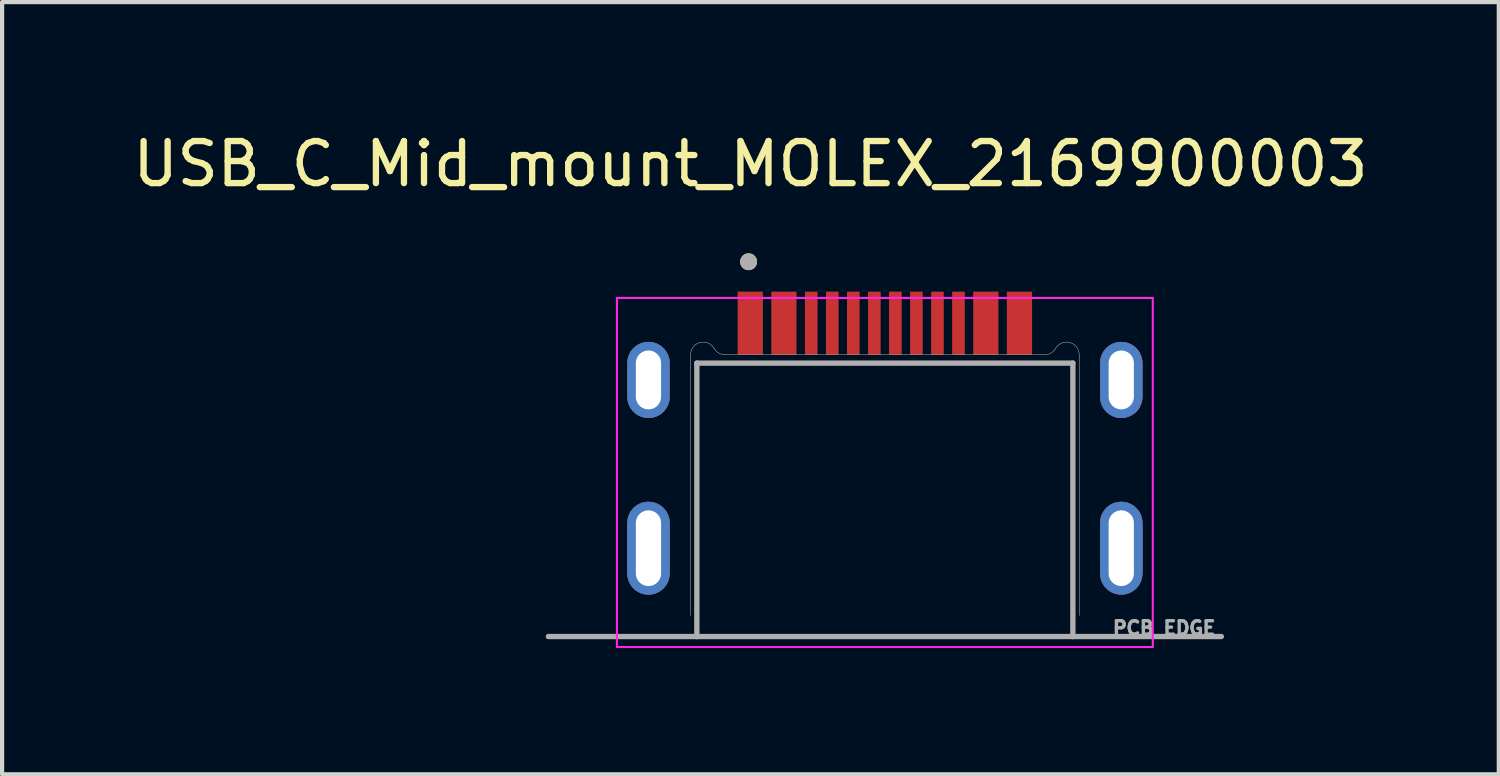
<source format=kicad_pcb>
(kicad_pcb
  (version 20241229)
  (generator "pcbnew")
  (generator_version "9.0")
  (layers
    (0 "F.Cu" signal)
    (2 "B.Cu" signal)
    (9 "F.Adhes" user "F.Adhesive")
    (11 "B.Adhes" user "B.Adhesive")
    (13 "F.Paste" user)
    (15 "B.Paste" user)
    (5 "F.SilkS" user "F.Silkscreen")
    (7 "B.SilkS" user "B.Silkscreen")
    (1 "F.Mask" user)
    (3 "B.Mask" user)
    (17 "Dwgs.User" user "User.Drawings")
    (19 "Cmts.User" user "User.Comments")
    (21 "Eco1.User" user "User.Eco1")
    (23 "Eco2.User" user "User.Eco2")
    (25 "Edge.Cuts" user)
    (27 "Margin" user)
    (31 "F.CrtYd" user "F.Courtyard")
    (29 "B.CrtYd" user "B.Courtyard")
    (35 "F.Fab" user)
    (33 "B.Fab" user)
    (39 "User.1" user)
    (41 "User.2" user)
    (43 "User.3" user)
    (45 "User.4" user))
  (footprint "USB_C_Mid_mount_MOLEX_2169900003"
    (layer "F.Cu")
    (at 17.987 9.983)
    (property "Reference" "USB_C_Mid_mount_MOLEX_2169900003" (at -3.195 -9.135 0) (layer "F.SilkS") (effects (font (size 1 1) (thickness 0.15))))
    (attr smd)
    (fp_poly (pts (xy -6.12 -0.6) (xy -6.12 0.6) (xy -6.117 0.652) (xy -6.109 0.704) (xy -6.096 0.755) (xy -6.077 0.803) (xy -6.053 0.85) (xy -6.025 0.894) (xy -5.992 0.935) (xy -5.955 0.972) (xy -5.914 1.005) (xy -5.87 1.033) (xy -5.823 1.057) (xy -5.775 1.076) (xy -5.724 1.089) (xy -5.672 1.097) (xy -5.62 1.1) (xy -5.568 1.097) (xy -5.516 1.089) (xy -5.465 1.076) (xy -5.417 1.057) (xy -5.37 1.033) (xy -5.326 1.005) (xy -5.285 0.972) (xy -5.248 0.935) (xy -5.215 0.894) (xy -5.187 0.85) (xy -5.163 0.803) (xy -5.144 0.755) (xy -5.131 0.704) (xy -5.123 0.652) (xy -5.12 0.6) (xy -5.12 -0.6) (xy -5.123 -0.652) (xy -5.131 -0.704) (xy -5.144 -0.755) (xy -5.163 -0.803) (xy -5.187 -0.85) (xy -5.215 -0.894) (xy -5.248 -0.935) (xy -5.285 -0.972) (xy -5.326 -1.005) (xy -5.37 -1.033) (xy -5.417 -1.057) (xy -5.465 -1.076) (xy -5.516 -1.089) (xy -5.568 -1.097) (xy -5.62 -1.1) (xy -5.672 -1.097) (xy -5.724 -1.089) (xy -5.775 -1.076) (xy -5.823 -1.057) (xy -5.87 -1.033) (xy -5.914 -1.005) (xy -5.955 -0.972) (xy -5.992 -0.935) (xy -6.025 -0.894) (xy -6.053 -0.85) (xy -6.077 -0.803) (xy -6.096 -0.755) (xy -6.109 -0.704) (xy -6.117 -0.652) (xy -6.12 -0.6)) (stroke (width 0.01) (type solid)) (fill yes) (layer "F.Cu"))
    (fp_poly (pts (xy -5.12 -3.6) (xy -5.123 -3.548) (xy -5.131 -3.496) (xy -5.144 -3.445) (xy -5.163 -3.397) (xy -5.187 -3.35) (xy -5.215 -3.306) (xy -5.248 -3.265) (xy -5.285 -3.228) (xy -5.326 -3.195) (xy -5.37 -3.167) (xy -5.417 -3.143) (xy -5.465 -3.124) (xy -5.516 -3.111) (xy -5.568 -3.103) (xy -5.62 -3.1) (xy -5.672 -3.103) (xy -5.724 -3.111) (xy -5.775 -3.124) (xy -5.823 -3.143) (xy -5.87 -3.167) (xy -5.914 -3.195) (xy -5.955 -3.228) (xy -5.992 -3.265) (xy -6.025 -3.306) (xy -6.053 -3.35) (xy -6.077 -3.397) (xy -6.096 -3.445) (xy -6.109 -3.496) (xy -6.117 -3.548) (xy -6.12 -3.6) (xy -6.12 -4.4) (xy -6.117 -4.452) (xy -6.109 -4.504) (xy -6.096 -4.555) (xy -6.077 -4.603) (xy -6.053 -4.65) (xy -6.025 -4.694) (xy -5.992 -4.735) (xy -5.955 -4.772) (xy -5.914 -4.805) (xy -5.87 -4.833) (xy -5.823 -4.857) (xy -5.775 -4.876) (xy -5.724 -4.889) (xy -5.672 -4.897) (xy -5.62 -4.9) (xy -5.568 -4.897) (xy -5.516 -4.889) (xy -5.465 -4.876) (xy -5.417 -4.857) (xy -5.37 -4.833) (xy -5.326 -4.805) (xy -5.285 -4.772) (xy -5.248 -4.735) (xy -5.215 -4.694) (xy -5.187 -4.65) (xy -5.163 -4.603) (xy -5.144 -4.555) (xy -5.131 -4.504) (xy -5.123 -4.452) (xy -5.12 -4.4) (xy -5.12 -3.6)) (stroke (width 0.01) (type solid)) (fill yes) (layer "F.Cu"))
    (fp_poly (pts (xy 5.12 -4.4) (xy 5.12 -3.6) (xy 5.123 -3.548) (xy 5.131 -3.496) (xy 5.144 -3.445) (xy 5.163 -3.397) (xy 5.187 -3.35) (xy 5.215 -3.306) (xy 5.248 -3.265) (xy 5.285 -3.228) (xy 5.326 -3.195) (xy 5.37 -3.167) (xy 5.417 -3.143) (xy 5.465 -3.124) (xy 5.516 -3.111) (xy 5.568 -3.103) (xy 5.62 -3.1) (xy 5.672 -3.103) (xy 5.724 -3.111) (xy 5.775 -3.124) (xy 5.823 -3.143) (xy 5.87 -3.167) (xy 5.914 -3.195) (xy 5.955 -3.228) (xy 5.992 -3.265) (xy 6.025 -3.306) (xy 6.053 -3.35) (xy 6.077 -3.397) (xy 6.096 -3.445) (xy 6.109 -3.496) (xy 6.117 -3.548) (xy 6.12 -3.6) (xy 6.12 -4.4) (xy 6.117 -4.452) (xy 6.109 -4.504) (xy 6.096 -4.555) (xy 6.077 -4.603) (xy 6.053 -4.65) (xy 6.025 -4.694) (xy 5.992 -4.735) (xy 5.955 -4.772) (xy 5.914 -4.805) (xy 5.87 -4.833) (xy 5.823 -4.857) (xy 5.775 -4.876) (xy 5.724 -4.889) (xy 5.672 -4.897) (xy 5.62 -4.9) (xy 5.568 -4.897) (xy 5.516 -4.889) (xy 5.465 -4.876) (xy 5.417 -4.857) (xy 5.37 -4.833) (xy 5.326 -4.805) (xy 5.285 -4.772) (xy 5.248 -4.735) (xy 5.215 -4.694) (xy 5.187 -4.65) (xy 5.163 -4.603) (xy 5.144 -4.555) (xy 5.131 -4.504) (xy 5.123 -4.452) (xy 5.12 -4.4)) (stroke (width 0.01) (type solid)) (fill yes) (layer "F.Cu"))
    (fp_poly (pts (xy 5.12 -0.6) (xy 5.12 0.6) (xy 5.123 0.652) (xy 5.131 0.704) (xy 5.144 0.755) (xy 5.163 0.803) (xy 5.187 0.85) (xy 5.215 0.894) (xy 5.248 0.935) (xy 5.285 0.972) (xy 5.326 1.005) (xy 5.37 1.033) (xy 5.417 1.057) (xy 5.465 1.076) (xy 5.516 1.089) (xy 5.568 1.097) (xy 5.62 1.1) (xy 5.672 1.097) (xy 5.724 1.089) (xy 5.775 1.076) (xy 5.823 1.057) (xy 5.87 1.033) (xy 5.914 1.005) (xy 5.955 0.972) (xy 5.992 0.935) (xy 6.025 0.894) (xy 6.053 0.85) (xy 6.077 0.803) (xy 6.096 0.755) (xy 6.109 0.704) (xy 6.117 0.652) (xy 6.12 0.6) (xy 6.12 -0.6) (xy 6.117 -0.652) (xy 6.109 -0.704) (xy 6.096 -0.755) (xy 6.077 -0.803) (xy 6.053 -0.85) (xy 6.025 -0.894) (xy 5.992 -0.935) (xy 5.955 -0.972) (xy 5.914 -1.005) (xy 5.87 -1.033) (xy 5.823 -1.057) (xy 5.775 -1.076) (xy 5.724 -1.089) (xy 5.672 -1.097) (xy 5.62 -1.1) (xy 5.568 -1.097) (xy 5.516 -1.089) (xy 5.465 -1.076) (xy 5.417 -1.057) (xy 5.37 -1.033) (xy 5.326 -1.005) (xy 5.285 -0.972) (xy 5.248 -0.935) (xy 5.215 -0.894) (xy 5.187 -0.85) (xy 5.163 -0.803) (xy 5.144 -0.755) (xy 5.131 -0.704) (xy 5.123 -0.652) (xy 5.12 -0.6)) (stroke (width 0.01) (type solid)) (fill yes) (layer "F.Cu"))
    (fp_poly (pts (xy -6.22 -4.4) (xy -6.22 -3.6) (xy -6.217 -3.537) (xy -6.207 -3.475) (xy -6.191 -3.415) (xy -6.168 -3.356) (xy -6.14 -3.3) (xy -6.105 -3.247) (xy -6.066 -3.199) (xy -6.021 -3.154) (xy -5.973 -3.115) (xy -5.92 -3.08) (xy -5.864 -3.052) (xy -5.805 -3.029) (xy -5.745 -3.013) (xy -5.683 -3.003) (xy -5.62 -3) (xy -5.557 -3.003) (xy -5.495 -3.013) (xy -5.435 -3.029) (xy -5.376 -3.052) (xy -5.32 -3.08) (xy -5.267 -3.115) (xy -5.219 -3.154) (xy -5.174 -3.199) (xy -5.135 -3.247) (xy -5.1 -3.3) (xy -5.072 -3.356) (xy -5.049 -3.415) (xy -5.033 -3.475) (xy -5.023 -3.537) (xy -5.02 -3.6) (xy -5.02 -4.4) (xy -5.023 -4.463) (xy -5.033 -4.525) (xy -5.049 -4.585) (xy -5.072 -4.644) (xy -5.1 -4.7) (xy -5.135 -4.753) (xy -5.174 -4.801) (xy -5.219 -4.846) (xy -5.267 -4.885) (xy -5.32 -4.92) (xy -5.376 -4.948) (xy -5.435 -4.971) (xy -5.495 -4.987) (xy -5.557 -4.997) (xy -5.62 -5) (xy -5.683 -4.997) (xy -5.745 -4.987) (xy -5.805 -4.971) (xy -5.864 -4.948) (xy -5.92 -4.92) (xy -5.973 -4.885) (xy -6.021 -4.846) (xy -6.066 -4.801) (xy -6.105 -4.753) (xy -6.14 -4.7) (xy -6.168 -4.644) (xy -6.191 -4.585) (xy -6.207 -4.525) (xy -6.217 -4.463) (xy -6.22 -4.4)) (stroke (width 0.01) (type solid)) (fill yes) (layer "F.Mask"))
    (fp_poly (pts (xy -5.02 0.6) (xy -5.023 0.663) (xy -5.033 0.725) (xy -5.049 0.785) (xy -5.072 0.844) (xy -5.1 0.9) (xy -5.135 0.953) (xy -5.174 1.001) (xy -5.219 1.046) (xy -5.267 1.085) (xy -5.32 1.12) (xy -5.376 1.148) (xy -5.435 1.171) (xy -5.495 1.187) (xy -5.557 1.197) (xy -5.62 1.2) (xy -5.683 1.197) (xy -5.745 1.187) (xy -5.805 1.171) (xy -5.864 1.148) (xy -5.92 1.12) (xy -5.973 1.085) (xy -6.021 1.046) (xy -6.066 1.001) (xy -6.105 0.953) (xy -6.14 0.9) (xy -6.168 0.844) (xy -6.191 0.785) (xy -6.207 0.725) (xy -6.217 0.663) (xy -6.22 0.6) (xy -6.22 -0.6) (xy -6.217 -0.663) (xy -6.207 -0.725) (xy -6.191 -0.785) (xy -6.168 -0.844) (xy -6.14 -0.9) (xy -6.105 -0.953) (xy -6.066 -1.001) (xy -6.021 -1.046) (xy -5.973 -1.085) (xy -5.92 -1.12) (xy -5.864 -1.148) (xy -5.805 -1.171) (xy -5.745 -1.187) (xy -5.683 -1.197) (xy -5.62 -1.2) (xy -5.557 -1.197) (xy -5.495 -1.187) (xy -5.435 -1.171) (xy -5.376 -1.148) (xy -5.32 -1.12) (xy -5.267 -1.085) (xy -5.219 -1.046) (xy -5.174 -1.001) (xy -5.135 -0.953) (xy -5.1 -0.9) (xy -5.072 -0.844) (xy -5.049 -0.785) (xy -5.033 -0.725) (xy -5.023 -0.663) (xy -5.02 -0.6) (xy -5.02 0.6)) (stroke (width 0.01) (type solid)) (fill yes) (layer "F.Mask"))
    (fp_poly (pts (xy 5.02 -0.6) (xy 5.02 0.6) (xy 5.023 0.663) (xy 5.033 0.725) (xy 5.049 0.785) (xy 5.072 0.844) (xy 5.1 0.9) (xy 5.135 0.953) (xy 5.174 1.001) (xy 5.219 1.046) (xy 5.267 1.085) (xy 5.32 1.12) (xy 5.376 1.148) (xy 5.435 1.171) (xy 5.495 1.187) (xy 5.557 1.197) (xy 5.62 1.2) (xy 5.683 1.197) (xy 5.745 1.187) (xy 5.805 1.171) (xy 5.864 1.148) (xy 5.92 1.12) (xy 5.973 1.085) (xy 6.021 1.046) (xy 6.066 1.001) (xy 6.105 0.953) (xy 6.14 0.9) (xy 6.168 0.844) (xy 6.191 0.785) (xy 6.207 0.725) (xy 6.217 0.663) (xy 6.22 0.6) (xy 6.22 -0.6) (xy 6.217 -0.663) (xy 6.207 -0.725) (xy 6.191 -0.785) (xy 6.168 -0.844) (xy 6.14 -0.9) (xy 6.105 -0.953) (xy 6.066 -1.001) (xy 6.021 -1.046) (xy 5.973 -1.085) (xy 5.92 -1.12) (xy 5.864 -1.148) (xy 5.805 -1.171) (xy 5.745 -1.187) (xy 5.683 -1.197) (xy 5.62 -1.2) (xy 5.557 -1.197) (xy 5.495 -1.187) (xy 5.435 -1.171) (xy 5.376 -1.148) (xy 5.32 -1.12) (xy 5.267 -1.085) (xy 5.219 -1.046) (xy 5.174 -1.001) (xy 5.135 -0.953) (xy 5.1 -0.9) (xy 5.072 -0.844) (xy 5.049 -0.785) (xy 5.033 -0.725) (xy 5.023 -0.663) (xy 5.02 -0.6)) (stroke (width 0.01) (type solid)) (fill yes) (layer "F.Mask"))
    (fp_poly (pts (xy 6.22 -3.6) (xy 6.217 -3.537) (xy 6.207 -3.475) (xy 6.191 -3.415) (xy 6.168 -3.356) (xy 6.14 -3.3) (xy 6.105 -3.247) (xy 6.066 -3.199) (xy 6.021 -3.154) (xy 5.973 -3.115) (xy 5.92 -3.08) (xy 5.864 -3.052) (xy 5.805 -3.029) (xy 5.745 -3.013) (xy 5.683 -3.003) (xy 5.62 -3) (xy 5.557 -3.003) (xy 5.495 -3.013) (xy 5.435 -3.029) (xy 5.376 -3.052) (xy 5.32 -3.08) (xy 5.267 -3.115) (xy 5.219 -3.154) (xy 5.174 -3.199) (xy 5.135 -3.247) (xy 5.1 -3.3) (xy 5.072 -3.356) (xy 5.049 -3.415) (xy 5.033 -3.475) (xy 5.023 -3.537) (xy 5.02 -3.6) (xy 5.02 -4.4) (xy 5.023 -4.463) (xy 5.033 -4.525) (xy 5.049 -4.585) (xy 5.072 -4.644) (xy 5.1 -4.7) (xy 5.135 -4.753) (xy 5.174 -4.801) (xy 5.219 -4.846) (xy 5.267 -4.885) (xy 5.32 -4.92) (xy 5.376 -4.948) (xy 5.435 -4.971) (xy 5.495 -4.987) (xy 5.557 -4.997) (xy 5.62 -5) (xy 5.683 -4.997) (xy 5.745 -4.987) (xy 5.805 -4.971) (xy 5.864 -4.948) (xy 5.92 -4.92) (xy 5.973 -4.885) (xy 6.021 -4.846) (xy 6.066 -4.801) (xy 6.105 -4.753) (xy 6.14 -4.7) (xy 6.168 -4.644) (xy 6.191 -4.585) (xy 6.207 -4.525) (xy 6.217 -4.463) (xy 6.22 -4.4) (xy 6.22 -3.6)) (stroke (width 0.01) (type solid)) (fill yes) (layer "F.Mask"))
    (fp_poly (pts (xy -6.12 -0.6) (xy -6.12 0.6) (xy -6.117 0.652) (xy -6.109 0.704) (xy -6.096 0.755) (xy -6.077 0.803) (xy -6.053 0.85) (xy -6.025 0.894) (xy -5.992 0.935) (xy -5.955 0.972) (xy -5.914 1.005) (xy -5.87 1.033) (xy -5.823 1.057) (xy -5.775 1.076) (xy -5.724 1.089) (xy -5.672 1.097) (xy -5.62 1.1) (xy -5.568 1.097) (xy -5.516 1.089) (xy -5.465 1.076) (xy -5.417 1.057) (xy -5.37 1.033) (xy -5.326 1.005) (xy -5.285 0.972) (xy -5.248 0.935) (xy -5.215 0.894) (xy -5.187 0.85) (xy -5.163 0.803) (xy -5.144 0.755) (xy -5.131 0.704) (xy -5.123 0.652) (xy -5.12 0.6) (xy -5.12 -0.6) (xy -5.123 -0.652) (xy -5.131 -0.704) (xy -5.144 -0.755) (xy -5.163 -0.803) (xy -5.187 -0.85) (xy -5.215 -0.894) (xy -5.248 -0.935) (xy -5.285 -0.972) (xy -5.326 -1.005) (xy -5.37 -1.033) (xy -5.417 -1.057) (xy -5.465 -1.076) (xy -5.516 -1.089) (xy -5.568 -1.097) (xy -5.62 -1.1) (xy -5.672 -1.097) (xy -5.724 -1.089) (xy -5.775 -1.076) (xy -5.823 -1.057) (xy -5.87 -1.033) (xy -5.914 -1.005) (xy -5.955 -0.972) (xy -5.992 -0.935) (xy -6.025 -0.894) (xy -6.053 -0.85) (xy -6.077 -0.803) (xy -6.096 -0.755) (xy -6.109 -0.704) (xy -6.117 -0.652) (xy -6.12 -0.6)) (stroke (width 0.01) (type solid)) (fill yes) (layer "B.Cu"))
    (fp_poly (pts (xy -5.12 -3.6) (xy -5.123 -3.548) (xy -5.131 -3.496) (xy -5.144 -3.445) (xy -5.163 -3.397) (xy -5.187 -3.35) (xy -5.215 -3.306) (xy -5.248 -3.265) (xy -5.285 -3.228) (xy -5.326 -3.195) (xy -5.37 -3.167) (xy -5.417 -3.143) (xy -5.465 -3.124) (xy -5.516 -3.111) (xy -5.568 -3.103) (xy -5.62 -3.1) (xy -5.672 -3.103) (xy -5.724 -3.111) (xy -5.775 -3.124) (xy -5.823 -3.143) (xy -5.87 -3.167) (xy -5.914 -3.195) (xy -5.955 -3.228) (xy -5.992 -3.265) (xy -6.025 -3.306) (xy -6.053 -3.35) (xy -6.077 -3.397) (xy -6.096 -3.445) (xy -6.109 -3.496) (xy -6.117 -3.548) (xy -6.12 -3.6) (xy -6.12 -4.4) (xy -6.117 -4.452) (xy -6.109 -4.504) (xy -6.096 -4.555) (xy -6.077 -4.603) (xy -6.053 -4.65) (xy -6.025 -4.694) (xy -5.992 -4.735) (xy -5.955 -4.772) (xy -5.914 -4.805) (xy -5.87 -4.833) (xy -5.823 -4.857) (xy -5.775 -4.876) (xy -5.724 -4.889) (xy -5.672 -4.897) (xy -5.62 -4.9) (xy -5.568 -4.897) (xy -5.516 -4.889) (xy -5.465 -4.876) (xy -5.417 -4.857) (xy -5.37 -4.833) (xy -5.326 -4.805) (xy -5.285 -4.772) (xy -5.248 -4.735) (xy -5.215 -4.694) (xy -5.187 -4.65) (xy -5.163 -4.603) (xy -5.144 -4.555) (xy -5.131 -4.504) (xy -5.123 -4.452) (xy -5.12 -4.4) (xy -5.12 -3.6)) (stroke (width 0.01) (type solid)) (fill yes) (layer "B.Cu"))
    (fp_poly (pts (xy 5.12 -4.4) (xy 5.12 -3.6) (xy 5.123 -3.548) (xy 5.131 -3.496) (xy 5.144 -3.445) (xy 5.163 -3.397) (xy 5.187 -3.35) (xy 5.215 -3.306) (xy 5.248 -3.265) (xy 5.285 -3.228) (xy 5.326 -3.195) (xy 5.37 -3.167) (xy 5.417 -3.143) (xy 5.465 -3.124) (xy 5.516 -3.111) (xy 5.568 -3.103) (xy 5.62 -3.1) (xy 5.672 -3.103) (xy 5.724 -3.111) (xy 5.775 -3.124) (xy 5.823 -3.143) (xy 5.87 -3.167) (xy 5.914 -3.195) (xy 5.955 -3.228) (xy 5.992 -3.265) (xy 6.025 -3.306) (xy 6.053 -3.35) (xy 6.077 -3.397) (xy 6.096 -3.445) (xy 6.109 -3.496) (xy 6.117 -3.548) (xy 6.12 -3.6) (xy 6.12 -4.4) (xy 6.117 -4.452) (xy 6.109 -4.504) (xy 6.096 -4.555) (xy 6.077 -4.603) (xy 6.053 -4.65) (xy 6.025 -4.694) (xy 5.992 -4.735) (xy 5.955 -4.772) (xy 5.914 -4.805) (xy 5.87 -4.833) (xy 5.823 -4.857) (xy 5.775 -4.876) (xy 5.724 -4.889) (xy 5.672 -4.897) (xy 5.62 -4.9) (xy 5.568 -4.897) (xy 5.516 -4.889) (xy 5.465 -4.876) (xy 5.417 -4.857) (xy 5.37 -4.833) (xy 5.326 -4.805) (xy 5.285 -4.772) (xy 5.248 -4.735) (xy 5.215 -4.694) (xy 5.187 -4.65) (xy 5.163 -4.603) (xy 5.144 -4.555) (xy 5.131 -4.504) (xy 5.123 -4.452) (xy 5.12 -4.4)) (stroke (width 0.01) (type solid)) (fill yes) (layer "B.Cu"))
    (fp_poly (pts (xy 5.12 -0.6) (xy 5.12 0.6) (xy 5.123 0.652) (xy 5.131 0.704) (xy 5.144 0.755) (xy 5.163 0.803) (xy 5.187 0.85) (xy 5.215 0.894) (xy 5.248 0.935) (xy 5.285 0.972) (xy 5.326 1.005) (xy 5.37 1.033) (xy 5.417 1.057) (xy 5.465 1.076) (xy 5.516 1.089) (xy 5.568 1.097) (xy 5.62 1.1) (xy 5.672 1.097) (xy 5.724 1.089) (xy 5.775 1.076) (xy 5.823 1.057) (xy 5.87 1.033) (xy 5.914 1.005) (xy 5.955 0.972) (xy 5.992 0.935) (xy 6.025 0.894) (xy 6.053 0.85) (xy 6.077 0.803) (xy 6.096 0.755) (xy 6.109 0.704) (xy 6.117 0.652) (xy 6.12 0.6) (xy 6.12 -0.6) (xy 6.117 -0.652) (xy 6.109 -0.704) (xy 6.096 -0.755) (xy 6.077 -0.803) (xy 6.053 -0.85) (xy 6.025 -0.894) (xy 5.992 -0.935) (xy 5.955 -0.972) (xy 5.914 -1.005) (xy 5.87 -1.033) (xy 5.823 -1.057) (xy 5.775 -1.076) (xy 5.724 -1.089) (xy 5.672 -1.097) (xy 5.62 -1.1) (xy 5.568 -1.097) (xy 5.516 -1.089) (xy 5.465 -1.076) (xy 5.417 -1.057) (xy 5.37 -1.033) (xy 5.326 -1.005) (xy 5.285 -0.972) (xy 5.248 -0.935) (xy 5.215 -0.894) (xy 5.187 -0.85) (xy 5.163 -0.803) (xy 5.144 -0.755) (xy 5.131 -0.704) (xy 5.123 -0.652) (xy 5.12 -0.6)) (stroke (width 0.01) (type solid)) (fill yes) (layer "B.Cu"))
    (fp_poly (pts (xy -6.22 -4.4) (xy -6.22 -3.6) (xy -6.217 -3.537) (xy -6.207 -3.475) (xy -6.191 -3.415) (xy -6.168 -3.356) (xy -6.14 -3.3) (xy -6.105 -3.247) (xy -6.066 -3.199) (xy -6.021 -3.154) (xy -5.973 -3.115) (xy -5.92 -3.08) (xy -5.864 -3.052) (xy -5.805 -3.029) (xy -5.745 -3.013) (xy -5.683 -3.003) (xy -5.62 -3) (xy -5.557 -3.003) (xy -5.495 -3.013) (xy -5.435 -3.029) (xy -5.376 -3.052) (xy -5.32 -3.08) (xy -5.267 -3.115) (xy -5.219 -3.154) (xy -5.174 -3.199) (xy -5.135 -3.247) (xy -5.1 -3.3) (xy -5.072 -3.356) (xy -5.049 -3.415) (xy -5.033 -3.475) (xy -5.023 -3.537) (xy -5.02 -3.6) (xy -5.02 -4.4) (xy -5.023 -4.463) (xy -5.033 -4.525) (xy -5.049 -4.585) (xy -5.072 -4.644) (xy -5.1 -4.7) (xy -5.135 -4.753) (xy -5.174 -4.801) (xy -5.219 -4.846) (xy -5.267 -4.885) (xy -5.32 -4.92) (xy -5.376 -4.948) (xy -5.435 -4.971) (xy -5.495 -4.987) (xy -5.557 -4.997) (xy -5.62 -5) (xy -5.683 -4.997) (xy -5.745 -4.987) (xy -5.805 -4.971) (xy -5.864 -4.948) (xy -5.92 -4.92) (xy -5.973 -4.885) (xy -6.021 -4.846) (xy -6.066 -4.801) (xy -6.105 -4.753) (xy -6.14 -4.7) (xy -6.168 -4.644) (xy -6.191 -4.585) (xy -6.207 -4.525) (xy -6.217 -4.463) (xy -6.22 -4.4)) (stroke (width 0.01) (type solid)) (fill yes) (layer "B.Mask"))
    (fp_poly (pts (xy -5.02 0.6) (xy -5.023 0.663) (xy -5.033 0.725) (xy -5.049 0.785) (xy -5.072 0.844) (xy -5.1 0.9) (xy -5.135 0.953) (xy -5.174 1.001) (xy -5.219 1.046) (xy -5.267 1.085) (xy -5.32 1.12) (xy -5.376 1.148) (xy -5.435 1.171) (xy -5.495 1.187) (xy -5.557 1.197) (xy -5.62 1.2) (xy -5.683 1.197) (xy -5.745 1.187) (xy -5.805 1.171) (xy -5.864 1.148) (xy -5.92 1.12) (xy -5.973 1.085) (xy -6.021 1.046) (xy -6.066 1.001) (xy -6.105 0.953) (xy -6.14 0.9) (xy -6.168 0.844) (xy -6.191 0.785) (xy -6.207 0.725) (xy -6.217 0.663) (xy -6.22 0.6) (xy -6.22 -0.6) (xy -6.217 -0.663) (xy -6.207 -0.725) (xy -6.191 -0.785) (xy -6.168 -0.844) (xy -6.14 -0.9) (xy -6.105 -0.953) (xy -6.066 -1.001) (xy -6.021 -1.046) (xy -5.973 -1.085) (xy -5.92 -1.12) (xy -5.864 -1.148) (xy -5.805 -1.171) (xy -5.745 -1.187) (xy -5.683 -1.197) (xy -5.62 -1.2) (xy -5.557 -1.197) (xy -5.495 -1.187) (xy -5.435 -1.171) (xy -5.376 -1.148) (xy -5.32 -1.12) (xy -5.267 -1.085) (xy -5.219 -1.046) (xy -5.174 -1.001) (xy -5.135 -0.953) (xy -5.1 -0.9) (xy -5.072 -0.844) (xy -5.049 -0.785) (xy -5.033 -0.725) (xy -5.023 -0.663) (xy -5.02 -0.6) (xy -5.02 0.6)) (stroke (width 0.01) (type solid)) (fill yes) (layer "B.Mask"))
    (fp_poly (pts (xy 5.02 -0.6) (xy 5.02 0.6) (xy 5.023 0.663) (xy 5.033 0.725) (xy 5.049 0.785) (xy 5.072 0.844) (xy 5.1 0.9) (xy 5.135 0.953) (xy 5.174 1.001) (xy 5.219 1.046) (xy 5.267 1.085) (xy 5.32 1.12) (xy 5.376 1.148) (xy 5.435 1.171) (xy 5.495 1.187) (xy 5.557 1.197) (xy 5.62 1.2) (xy 5.683 1.197) (xy 5.745 1.187) (xy 5.805 1.171) (xy 5.864 1.148) (xy 5.92 1.12) (xy 5.973 1.085) (xy 6.021 1.046) (xy 6.066 1.001) (xy 6.105 0.953) (xy 6.14 0.9) (xy 6.168 0.844) (xy 6.191 0.785) (xy 6.207 0.725) (xy 6.217 0.663) (xy 6.22 0.6) (xy 6.22 -0.6) (xy 6.217 -0.663) (xy 6.207 -0.725) (xy 6.191 -0.785) (xy 6.168 -0.844) (xy 6.14 -0.9) (xy 6.105 -0.953) (xy 6.066 -1.001) (xy 6.021 -1.046) (xy 5.973 -1.085) (xy 5.92 -1.12) (xy 5.864 -1.148) (xy 5.805 -1.171) (xy 5.745 -1.187) (xy 5.683 -1.197) (xy 5.62 -1.2) (xy 5.557 -1.197) (xy 5.495 -1.187) (xy 5.435 -1.171) (xy 5.376 -1.148) (xy 5.32 -1.12) (xy 5.267 -1.085) (xy 5.219 -1.046) (xy 5.174 -1.001) (xy 5.135 -0.953) (xy 5.1 -0.9) (xy 5.072 -0.844) (xy 5.049 -0.785) (xy 5.033 -0.725) (xy 5.023 -0.663) (xy 5.02 -0.6)) (stroke (width 0.01) (type solid)) (fill yes) (layer "B.Mask"))
    (fp_poly (pts (xy 6.22 -3.6) (xy 6.217 -3.537) (xy 6.207 -3.475) (xy 6.191 -3.415) (xy 6.168 -3.356) (xy 6.14 -3.3) (xy 6.105 -3.247) (xy 6.066 -3.199) (xy 6.021 -3.154) (xy 5.973 -3.115) (xy 5.92 -3.08) (xy 5.864 -3.052) (xy 5.805 -3.029) (xy 5.745 -3.013) (xy 5.683 -3.003) (xy 5.62 -3) (xy 5.557 -3.003) (xy 5.495 -3.013) (xy 5.435 -3.029) (xy 5.376 -3.052) (xy 5.32 -3.08) (xy 5.267 -3.115) (xy 5.219 -3.154) (xy 5.174 -3.199) (xy 5.135 -3.247) (xy 5.1 -3.3) (xy 5.072 -3.356) (xy 5.049 -3.415) (xy 5.033 -3.475) (xy 5.023 -3.537) (xy 5.02 -3.6) (xy 5.02 -4.4) (xy 5.023 -4.463) (xy 5.033 -4.525) (xy 5.049 -4.585) (xy 5.072 -4.644) (xy 5.1 -4.7) (xy 5.135 -4.753) (xy 5.174 -4.801) (xy 5.219 -4.846) (xy 5.267 -4.885) (xy 5.32 -4.92) (xy 5.376 -4.948) (xy 5.435 -4.971) (xy 5.495 -4.987) (xy 5.557 -4.997) (xy 5.62 -5) (xy 5.683 -4.997) (xy 5.745 -4.987) (xy 5.805 -4.971) (xy 5.864 -4.948) (xy 5.92 -4.92) (xy 5.973 -4.885) (xy 6.021 -4.846) (xy 6.066 -4.801) (xy 6.105 -4.753) (xy 6.14 -4.7) (xy 6.168 -4.644) (xy 6.191 -4.585) (xy 6.207 -4.525) (xy 6.217 -4.463) (xy 6.22 -4.4) (xy 6.22 -3.6)) (stroke (width 0.01) (type solid)) (fill yes) (layer "B.Mask"))
    (fp_circle (center -3.24 -6.81) (end -3.14 -6.81) (stroke (width 0.2) (type solid)) (fill no) (layer "F.SilkS"))
    (fp_line (start -4.62 1.6) (end -4.62 -4.6) (stroke (width 0.01) (type solid)) (layer "Edge.Cuts"))
    (fp_line (start -3.8 -4.6) (end 3.8 -4.6) (stroke (width 0.01) (type solid)) (layer "Edge.Cuts"))
    (fp_line (start 4.62 1.6) (end 4.62 -4.6) (stroke (width 0.01) (type solid)) (layer "Edge.Cuts"))
    (fp_arc (start -4.62 -4.6) (mid -4.397645 -4.889779) (end -4.060191 -4.750001) (stroke (width 0.01) (type solid)) (layer "Edge.Cuts"))
    (fp_arc (start -3.80038 -4.6) (mid -3.950382 -4.640191) (end -4.060191 -4.75) (stroke (width 0.01) (type solid)) (layer "Edge.Cuts"))
    (fp_arc (start 4.06019 -4.75) (mid 3.950381 -4.640192) (end 3.80038 -4.6) (stroke (width 0.01) (type solid)) (layer "Edge.Cuts"))
    (fp_arc (start 4.06019 -4.75) (mid 4.397644 -4.889779) (end 4.62 -4.600001) (stroke (width 0.01) (type solid)) (layer "Edge.Cuts"))
    (fp_line (start -6.37 -5.95) (end -6.37 2.35) (stroke (width 0.05) (type solid)) (layer "F.CrtYd"))
    (fp_line (start -6.37 2.35) (end 6.37 2.35) (stroke (width 0.05) (type solid)) (layer "F.CrtYd"))
    (fp_line (start 6.37 -5.95) (end -6.37 -5.95) (stroke (width 0.05) (type solid)) (layer "F.CrtYd"))
    (fp_line (start 6.37 2.35) (end 6.37 -5.95) (stroke (width 0.05) (type solid)) (layer "F.CrtYd"))
    (fp_line (start -4.47 -4.4) (end 4.47 -4.4) (stroke (width 0.127) (type solid)) (layer "F.Fab"))
    (fp_line (start -4.47 2.1) (end -8 2.1) (stroke (width 0.127) (type solid)) (layer "F.Fab"))
    (fp_line (start -4.47 2.1) (end -4.47 -4.4) (stroke (width 0.127) (type solid)) (layer "F.Fab"))
    (fp_line (start -4.47 2.1) (end 4.47 2.1) (stroke (width 0.127) (type solid)) (layer "F.Fab"))
    (fp_line (start 4.47 -4.4) (end 4.47 2.1) (stroke (width 0.127) (type solid)) (layer "F.Fab"))
    (fp_line (start 4.47 2.1) (end 8 2.1) (stroke (width 0.127) (type solid)) (layer "F.Fab"))
    (fp_circle (center -3.24 -6.81) (end -3.14 -6.81) (stroke (width 0.2) (type solid)) (fill no) (layer "F.Fab"))
    (fp_text user "PCB EDGE" (at 6.64 1.9 0) (layer "F.Fab") (effects (font (size 0.32 0.32) (thickness 0.15))))
    (pad "A1_B12" smd rect (at -3.2 -5.35) (size 0.6 1.5) (layers "F.Cu" "F.Mask" "F.Paste"))
    (pad "A4_B9" smd rect (at -2.4 -5.35) (size 0.6 1.5) (layers "F.Cu" "F.Mask" "F.Paste"))
    (pad "A5" smd rect (at -1.25 -5.35) (size 0.3 1.5) (layers "F.Cu" "F.Mask" "F.Paste"))
    (pad "A6" smd rect (at -0.25 -5.35) (size 0.3 1.5) (layers "F.Cu" "F.Mask" "F.Paste"))
    (pad "A7" smd rect (at 0.25 -5.35) (size 0.3 1.5) (layers "F.Cu" "F.Mask" "F.Paste"))
    (pad "A8" smd rect (at 1.25 -5.35) (size 0.3 1.5) (layers "F.Cu" "F.Mask" "F.Paste"))
    (pad "B1_A12" smd rect (at 3.2 -5.35) (size 0.6 1.5) (layers "F.Cu" "F.Mask" "F.Paste"))
    (pad "B4_A9" smd rect (at 2.4 -5.35) (size 0.6 1.5) (layers "F.Cu" "F.Mask" "F.Paste"))
    (pad "B5" smd rect (at 1.75 -5.35) (size 0.3 1.5) (layers "F.Cu" "F.Mask" "F.Paste"))
    (pad "B6" smd rect (at 0.75 -5.35) (size 0.3 1.5) (layers "F.Cu" "F.Mask" "F.Paste"))
    (pad "B7" smd rect (at -0.75 -5.35) (size 0.3 1.5) (layers "F.Cu" "F.Mask" "F.Paste"))
    (pad "B8" smd rect (at -1.75 -5.35) (size 0.3 1.5) (layers "F.Cu" "F.Mask" "F.Paste"))
    (pad "S1" thru_hole oval (at -5.62 0) (size 1 2) (drill oval 0.6 1.8) (layers "*.Cu"))
    (pad "S2" thru_hole oval (at 5.62 0) (size 1 2) (drill oval 0.6 1.8) (layers "*.Cu"))
    (pad "S3" thru_hole oval (at -5.62 -4) (size 0.9 1.8) (drill oval 0.6 1.4) (layers "*.Cu"))
    (pad "S4" thru_hole oval (at 5.62 -4) (size 0.9 1.8) (drill oval 0.6 1.4) (layers "*.Cu")))
  (gr_rect
    (start -3 -3)
    (end 32.583 15.358)
    (stroke (width 0.1) (type default))
    (fill no)
    (layer "Edge.Cuts")))
</source>
